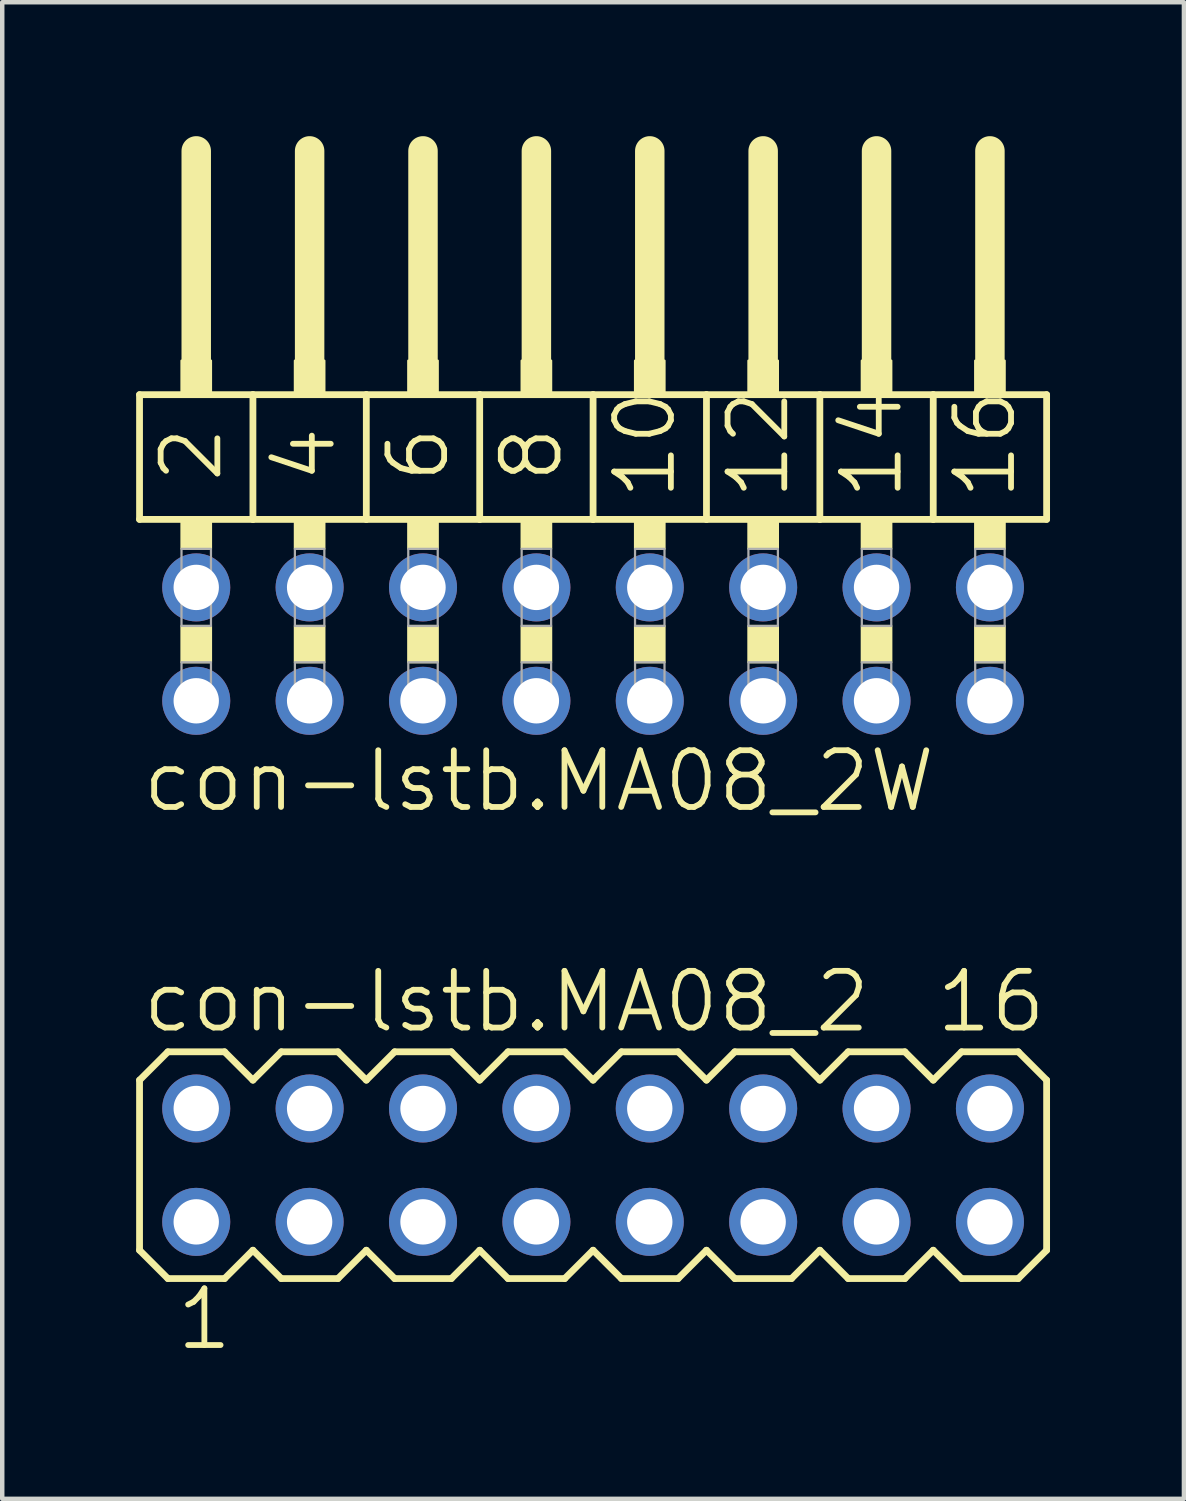
<source format=kicad_pcb>
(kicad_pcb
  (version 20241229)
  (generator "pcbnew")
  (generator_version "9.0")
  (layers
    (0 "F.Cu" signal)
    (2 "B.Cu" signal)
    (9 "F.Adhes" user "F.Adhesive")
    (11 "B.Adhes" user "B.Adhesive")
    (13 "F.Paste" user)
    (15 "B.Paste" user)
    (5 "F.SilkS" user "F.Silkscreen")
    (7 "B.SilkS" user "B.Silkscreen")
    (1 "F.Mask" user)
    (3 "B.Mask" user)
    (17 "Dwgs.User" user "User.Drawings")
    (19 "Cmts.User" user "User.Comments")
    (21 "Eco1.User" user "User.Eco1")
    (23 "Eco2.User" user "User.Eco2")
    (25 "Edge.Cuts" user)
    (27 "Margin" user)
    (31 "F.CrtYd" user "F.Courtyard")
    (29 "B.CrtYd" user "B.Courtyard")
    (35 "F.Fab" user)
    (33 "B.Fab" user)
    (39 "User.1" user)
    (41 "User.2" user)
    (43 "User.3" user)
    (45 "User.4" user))
  (footprint "con-lstb.MA08_2"
    (layer "F.Cu")
    (at 10.236 23.052)
    (property "Reference" "con-lstb.MA08_2" (at -10.16 -2.921 0) (layer "F.SilkS") (effects (font (size 1.27 1.27) (thickness 0.13)) (justify left bottom)))
    (attr through_hole)
    (fp_line (start -10.16 -1.905) (end -10.16 1.905) (stroke (width 0.152) (type default)) (layer "F.SilkS"))
    (fp_line (start -10.16 1.905) (end -9.525 2.54) (stroke (width 0.152) (type default)) (layer "F.SilkS"))
    (fp_line (start -9.525 -2.54) (end -10.16 -1.905) (stroke (width 0.152) (type default)) (layer "F.SilkS"))
    (fp_line (start -9.525 -2.54) (end -8.255 -2.54) (stroke (width 0.152) (type default)) (layer "F.SilkS"))
    (fp_line (start -8.255 -2.54) (end -7.62 -1.905) (stroke (width 0.152) (type default)) (layer "F.SilkS"))
    (fp_line (start -8.255 2.54) (end -9.525 2.54) (stroke (width 0.152) (type default)) (layer "F.SilkS"))
    (fp_line (start -7.62 -1.905) (end -6.985 -2.54) (stroke (width 0.152) (type default)) (layer "F.SilkS"))
    (fp_line (start -7.62 1.905) (end -8.255 2.54) (stroke (width 0.152) (type default)) (layer "F.SilkS"))
    (fp_line (start -6.985 -2.54) (end -5.715 -2.54) (stroke (width 0.152) (type default)) (layer "F.SilkS"))
    (fp_line (start -6.985 2.54) (end -7.62 1.905) (stroke (width 0.152) (type default)) (layer "F.SilkS"))
    (fp_line (start -5.715 -2.54) (end -5.08 -1.905) (stroke (width 0.152) (type default)) (layer "F.SilkS"))
    (fp_line (start -5.715 2.54) (end -6.985 2.54) (stroke (width 0.152) (type default)) (layer "F.SilkS"))
    (fp_line (start -5.08 -1.905) (end -4.445 -2.54) (stroke (width 0.152) (type default)) (layer "F.SilkS"))
    (fp_line (start -5.08 1.905) (end -5.715 2.54) (stroke (width 0.152) (type default)) (layer "F.SilkS"))
    (fp_line (start -4.445 -2.54) (end -3.175 -2.54) (stroke (width 0.152) (type default)) (layer "F.SilkS"))
    (fp_line (start -4.445 2.54) (end -5.08 1.905) (stroke (width 0.152) (type default)) (layer "F.SilkS"))
    (fp_line (start -3.175 -2.54) (end -2.54 -1.905) (stroke (width 0.152) (type default)) (layer "F.SilkS"))
    (fp_line (start -3.175 2.54) (end -4.445 2.54) (stroke (width 0.152) (type default)) (layer "F.SilkS"))
    (fp_line (start -2.54 1.905) (end -3.175 2.54) (stroke (width 0.152) (type default)) (layer "F.SilkS"))
    (fp_line (start -2.54 1.905) (end -1.905 2.54) (stroke (width 0.152) (type default)) (layer "F.SilkS"))
    (fp_line (start -1.905 -2.54) (end -2.54 -1.905) (stroke (width 0.152) (type default)) (layer "F.SilkS"))
    (fp_line (start -1.905 -2.54) (end -0.635 -2.54) (stroke (width 0.152) (type default)) (layer "F.SilkS"))
    (fp_line (start -0.635 -2.54) (end 0 -1.905) (stroke (width 0.152) (type default)) (layer "F.SilkS"))
    (fp_line (start -0.635 2.54) (end -1.905 2.54) (stroke (width 0.152) (type default)) (layer "F.SilkS"))
    (fp_line (start 0 -1.905) (end 0.635 -2.54) (stroke (width 0.152) (type default)) (layer "F.SilkS"))
    (fp_line (start 0 1.905) (end -0.635 2.54) (stroke (width 0.152) (type default)) (layer "F.SilkS"))
    (fp_line (start 0.635 -2.54) (end 1.905 -2.54) (stroke (width 0.152) (type default)) (layer "F.SilkS"))
    (fp_line (start 0.635 2.54) (end 0 1.905) (stroke (width 0.152) (type default)) (layer "F.SilkS"))
    (fp_line (start 1.905 -2.54) (end 2.54 -1.905) (stroke (width 0.152) (type default)) (layer "F.SilkS"))
    (fp_line (start 1.905 2.54) (end 0.635 2.54) (stroke (width 0.152) (type default)) (layer "F.SilkS"))
    (fp_line (start 2.54 -1.905) (end 3.175 -2.54) (stroke (width 0.152) (type default)) (layer "F.SilkS"))
    (fp_line (start 2.54 1.905) (end 1.905 2.54) (stroke (width 0.152) (type default)) (layer "F.SilkS"))
    (fp_line (start 3.175 -2.54) (end 4.445 -2.54) (stroke (width 0.152) (type default)) (layer "F.SilkS"))
    (fp_line (start 3.175 2.54) (end 2.54 1.905) (stroke (width 0.152) (type default)) (layer "F.SilkS"))
    (fp_line (start 4.445 -2.54) (end 5.08 -1.905) (stroke (width 0.152) (type default)) (layer "F.SilkS"))
    (fp_line (start 4.445 2.54) (end 3.175 2.54) (stroke (width 0.152) (type default)) (layer "F.SilkS"))
    (fp_line (start 5.08 1.905) (end 4.445 2.54) (stroke (width 0.152) (type default)) (layer "F.SilkS"))
    (fp_line (start 5.08 1.905) (end 5.715 2.54) (stroke (width 0.152) (type default)) (layer "F.SilkS"))
    (fp_line (start 5.715 -2.54) (end 5.08 -1.905) (stroke (width 0.152) (type default)) (layer "F.SilkS"))
    (fp_line (start 5.715 -2.54) (end 6.985 -2.54) (stroke (width 0.152) (type default)) (layer "F.SilkS"))
    (fp_line (start 6.985 -2.54) (end 7.62 -1.905) (stroke (width 0.152) (type default)) (layer "F.SilkS"))
    (fp_line (start 6.985 2.54) (end 5.715 2.54) (stroke (width 0.152) (type default)) (layer "F.SilkS"))
    (fp_line (start 7.62 -1.905) (end 8.255 -2.54) (stroke (width 0.152) (type default)) (layer "F.SilkS"))
    (fp_line (start 7.62 1.905) (end 6.985 2.54) (stroke (width 0.152) (type default)) (layer "F.SilkS"))
    (fp_line (start 8.255 -2.54) (end 9.525 -2.54) (stroke (width 0.152) (type default)) (layer "F.SilkS"))
    (fp_line (start 8.255 2.54) (end 7.62 1.905) (stroke (width 0.152) (type default)) (layer "F.SilkS"))
    (fp_line (start 9.525 -2.54) (end 10.16 -1.905) (stroke (width 0.152) (type default)) (layer "F.SilkS"))
    (fp_line (start 9.525 2.54) (end 8.255 2.54) (stroke (width 0.152) (type default)) (layer "F.SilkS"))
    (fp_line (start 10.16 -1.905) (end 10.16 1.905) (stroke (width 0.152) (type default)) (layer "F.SilkS"))
    (fp_line (start 10.16 1.905) (end 9.525 2.54) (stroke (width 0.152) (type default)) (layer "F.SilkS"))
    (fp_rect (start -9.144 -1.016) (end -8.636 -1.524) (stroke (width 0.05) (type default)) (fill no) (layer "F.Fab"))
    (fp_rect (start -9.144 1.524) (end -8.636 1.016) (stroke (width 0.05) (type default)) (fill no) (layer "F.Fab"))
    (fp_rect (start -6.604 -1.016) (end -6.096 -1.524) (stroke (width 0.05) (type default)) (fill no) (layer "F.Fab"))
    (fp_rect (start -6.604 1.524) (end -6.096 1.016) (stroke (width 0.05) (type default)) (fill no) (layer "F.Fab"))
    (fp_rect (start -4.064 -1.016) (end -3.556 -1.524) (stroke (width 0.05) (type default)) (fill no) (layer "F.Fab"))
    (fp_rect (start -4.064 1.524) (end -3.556 1.016) (stroke (width 0.05) (type default)) (fill no) (layer "F.Fab"))
    (fp_rect (start -1.524 -1.016) (end -1.016 -1.524) (stroke (width 0.05) (type default)) (fill no) (layer "F.Fab"))
    (fp_rect (start -1.524 1.524) (end -1.016 1.016) (stroke (width 0.05) (type default)) (fill no) (layer "F.Fab"))
    (fp_rect (start 1.016 -1.016) (end 1.524 -1.524) (stroke (width 0.05) (type default)) (fill no) (layer "F.Fab"))
    (fp_rect (start 1.016 1.524) (end 1.524 1.016) (stroke (width 0.05) (type default)) (fill no) (layer "F.Fab"))
    (fp_rect (start 3.556 -1.016) (end 4.064 -1.524) (stroke (width 0.05) (type default)) (fill no) (layer "F.Fab"))
    (fp_rect (start 3.556 1.524) (end 4.064 1.016) (stroke (width 0.05) (type default)) (fill no) (layer "F.Fab"))
    (fp_rect (start 6.096 -1.016) (end 6.604 -1.524) (stroke (width 0.05) (type default)) (fill no) (layer "F.Fab"))
    (fp_rect (start 6.096 1.524) (end 6.604 1.016) (stroke (width 0.05) (type default)) (fill no) (layer "F.Fab"))
    (fp_rect (start 8.636 -1.016) (end 9.144 -1.524) (stroke (width 0.05) (type default)) (fill no) (layer "F.Fab"))
    (fp_rect (start 8.636 1.524) (end 9.144 1.016) (stroke (width 0.05) (type default)) (fill no) (layer "F.Fab"))
    (fp_text user "16" (at 7.62 -2.921 0) (layer "F.SilkS") (effects (font (size 1.27 1.27) (thickness 0.13)) (justify left bottom)))
    (fp_text user "1" (at -9.398 4.191 0) (layer "F.SilkS") (effects (font (size 1.27 1.27) (thickness 0.13)) (justify left bottom)))
    (pad "1" thru_hole circle (at -8.89 1.27) (size 1.524 1.524) (drill 1.016) (layers "*.Cu" "*.Mask"))
    (pad "2" thru_hole circle (at -8.89 -1.27) (size 1.524 1.524) (drill 1.016) (layers "*.Cu" "*.Mask"))
    (pad "3" thru_hole circle (at -6.35 1.27) (size 1.524 1.524) (drill 1.016) (layers "*.Cu" "*.Mask"))
    (pad "4" thru_hole circle (at -6.35 -1.27) (size 1.524 1.524) (drill 1.016) (layers "*.Cu" "*.Mask"))
    (pad "5" thru_hole circle (at -3.81 1.27) (size 1.524 1.524) (drill 1.016) (layers "*.Cu" "*.Mask"))
    (pad "6" thru_hole circle (at -3.81 -1.27) (size 1.524 1.524) (drill 1.016) (layers "*.Cu" "*.Mask"))
    (pad "7" thru_hole circle (at -1.27 1.27) (size 1.524 1.524) (drill 1.016) (layers "*.Cu" "*.Mask"))
    (pad "8" thru_hole circle (at -1.27 -1.27) (size 1.524 1.524) (drill 1.016) (layers "*.Cu" "*.Mask"))
    (pad "9" thru_hole circle (at 1.27 1.27) (size 1.524 1.524) (drill 1.016) (layers "*.Cu" "*.Mask"))
    (pad "10" thru_hole circle (at 1.27 -1.27) (size 1.524 1.524) (drill 1.016) (layers "*.Cu" "*.Mask"))
    (pad "11" thru_hole circle (at 3.81 1.27) (size 1.524 1.524) (drill 1.016) (layers "*.Cu" "*.Mask"))
    (pad "12" thru_hole circle (at 3.81 -1.27) (size 1.524 1.524) (drill 1.016) (layers "*.Cu" "*.Mask"))
    (pad "13" thru_hole circle (at 6.35 1.27) (size 1.524 1.524) (drill 1.016) (layers "*.Cu" "*.Mask"))
    (pad "14" thru_hole circle (at 6.35 -1.27) (size 1.524 1.524) (drill 1.016) (layers "*.Cu" "*.Mask"))
    (pad "15" thru_hole circle (at 8.89 1.27) (size 1.524 1.524) (drill 1.016) (layers "*.Cu" "*.Mask"))
    (pad "16" thru_hole circle (at 8.89 -1.27) (size 1.524 1.524) (drill 1.016) (layers "*.Cu" "*.Mask")))
  (footprint "con-lstb.MA08_2W"
    (layer "F.Cu")
    (at 10.236 11.379)
    (property "Reference" "con-lstb.MA08_2W" (at -10.16 3.81 0) (layer "F.SilkS") (effects (font (size 1.27 1.27) (thickness 0.13)) (justify left bottom)))
    (attr through_hole)
    (fp_line (start -10.16 -5.588) (end -7.62 -5.588) (stroke (width 0.152) (type default)) (layer "F.SilkS"))
    (fp_line (start -10.16 -2.794) (end -10.16 -5.588) (stroke (width 0.152) (type default)) (layer "F.SilkS"))
    (fp_line (start -8.89 -6.35) (end -8.89 -11.049) (stroke (width 0.66) (type default)) (layer "F.SilkS"))
    (fp_line (start -7.62 -5.588) (end -5.08 -5.588) (stroke (width 0.152) (type default)) (layer "F.SilkS"))
    (fp_line (start -7.62 -2.794) (end -10.16 -2.794) (stroke (width 0.152) (type default)) (layer "F.SilkS"))
    (fp_line (start -7.62 -2.794) (end -7.62 -5.588) (stroke (width 0.152) (type default)) (layer "F.SilkS"))
    (fp_line (start -7.62 -2.794) (end -5.08 -2.794) (stroke (width 0.152) (type default)) (layer "F.SilkS"))
    (fp_line (start -6.35 -6.35) (end -6.35 -11.049) (stroke (width 0.66) (type default)) (layer "F.SilkS"))
    (fp_line (start -5.08 -5.588) (end -2.54 -5.588) (stroke (width 0.152) (type default)) (layer "F.SilkS"))
    (fp_line (start -5.08 -2.794) (end -5.08 -5.588) (stroke (width 0.152) (type default)) (layer "F.SilkS"))
    (fp_line (start -3.81 -6.35) (end -3.81 -11.049) (stroke (width 0.66) (type default)) (layer "F.SilkS"))
    (fp_line (start -2.54 -5.588) (end 0 -5.588) (stroke (width 0.152) (type default)) (layer "F.SilkS"))
    (fp_line (start -2.54 -2.794) (end -5.08 -2.794) (stroke (width 0.152) (type default)) (layer "F.SilkS"))
    (fp_line (start -2.54 -2.794) (end -2.54 -5.588) (stroke (width 0.152) (type default)) (layer "F.SilkS"))
    (fp_line (start -1.27 -6.35) (end -1.27 -11.049) (stroke (width 0.66) (type default)) (layer "F.SilkS"))
    (fp_line (start 0 -5.588) (end 2.54 -5.588) (stroke (width 0.152) (type default)) (layer "F.SilkS"))
    (fp_line (start 0 -2.794) (end -2.54 -2.794) (stroke (width 0.152) (type default)) (layer "F.SilkS"))
    (fp_line (start 0 -2.794) (end 0 -5.588) (stroke (width 0.152) (type default)) (layer "F.SilkS"))
    (fp_line (start 1.27 -6.35) (end 1.27 -11.049) (stroke (width 0.66) (type default)) (layer "F.SilkS"))
    (fp_line (start 2.54 -5.588) (end 5.08 -5.588) (stroke (width 0.152) (type default)) (layer "F.SilkS"))
    (fp_line (start 2.54 -2.794) (end 0 -2.794) (stroke (width 0.152) (type default)) (layer "F.SilkS"))
    (fp_line (start 2.54 -2.794) (end 2.54 -5.588) (stroke (width 0.152) (type default)) (layer "F.SilkS"))
    (fp_line (start 3.81 -6.35) (end 3.81 -11.049) (stroke (width 0.66) (type default)) (layer "F.SilkS"))
    (fp_line (start 5.08 -5.588) (end 7.62 -5.588) (stroke (width 0.152) (type default)) (layer "F.SilkS"))
    (fp_line (start 5.08 -2.794) (end 2.54 -2.794) (stroke (width 0.152) (type default)) (layer "F.SilkS"))
    (fp_line (start 5.08 -2.794) (end 5.08 -5.588) (stroke (width 0.152) (type default)) (layer "F.SilkS"))
    (fp_line (start 5.08 -2.794) (end 7.62 -2.794) (stroke (width 0.152) (type default)) (layer "F.SilkS"))
    (fp_line (start 6.35 -6.35) (end 6.35 -11.049) (stroke (width 0.66) (type default)) (layer "F.SilkS"))
    (fp_line (start 7.62 -5.588) (end 10.16 -5.588) (stroke (width 0.152) (type default)) (layer "F.SilkS"))
    (fp_line (start 7.62 -2.794) (end 7.62 -5.588) (stroke (width 0.152) (type default)) (layer "F.SilkS"))
    (fp_line (start 8.89 -6.35) (end 8.89 -11.049) (stroke (width 0.66) (type default)) (layer "F.SilkS"))
    (fp_line (start 10.16 -2.794) (end 7.62 -2.794) (stroke (width 0.152) (type default)) (layer "F.SilkS"))
    (fp_line (start 10.16 -2.794) (end 10.16 -5.588) (stroke (width 0.152) (type default)) (layer "F.SilkS"))
    (fp_rect (start -9.22 -5.588) (end -8.56 -6.35) (stroke (width 0.05) (type default)) (fill yes) (layer "F.SilkS"))
    (fp_rect (start -9.22 -2.134) (end -8.56 -2.794) (stroke (width 0.05) (type default)) (fill yes) (layer "F.SilkS"))
    (fp_rect (start -9.22 0.406) (end -8.56 -0.406) (stroke (width 0.05) (type default)) (fill yes) (layer "F.SilkS"))
    (fp_rect (start -6.68 -5.588) (end -6.02 -6.35) (stroke (width 0.05) (type default)) (fill yes) (layer "F.SilkS"))
    (fp_rect (start -6.68 -2.134) (end -6.02 -2.794) (stroke (width 0.05) (type default)) (fill yes) (layer "F.SilkS"))
    (fp_rect (start -6.68 0.406) (end -6.02 -0.406) (stroke (width 0.05) (type default)) (fill yes) (layer "F.SilkS"))
    (fp_rect (start -4.14 -5.588) (end -3.48 -6.35) (stroke (width 0.05) (type default)) (fill yes) (layer "F.SilkS"))
    (fp_rect (start -4.14 -2.134) (end -3.48 -2.794) (stroke (width 0.05) (type default)) (fill yes) (layer "F.SilkS"))
    (fp_rect (start -4.14 0.406) (end -3.48 -0.406) (stroke (width 0.05) (type default)) (fill yes) (layer "F.SilkS"))
    (fp_rect (start -1.6 -5.588) (end -0.94 -6.35) (stroke (width 0.05) (type default)) (fill yes) (layer "F.SilkS"))
    (fp_rect (start -1.6 -2.134) (end -0.94 -2.794) (stroke (width 0.05) (type default)) (fill yes) (layer "F.SilkS"))
    (fp_rect (start -1.6 0.406) (end -0.94 -0.406) (stroke (width 0.05) (type default)) (fill yes) (layer "F.SilkS"))
    (fp_rect (start 0.94 -5.588) (end 1.6 -6.35) (stroke (width 0.05) (type default)) (fill yes) (layer "F.SilkS"))
    (fp_rect (start 0.94 -2.134) (end 1.6 -2.794) (stroke (width 0.05) (type default)) (fill yes) (layer "F.SilkS"))
    (fp_rect (start 0.94 0.406) (end 1.6 -0.406) (stroke (width 0.05) (type default)) (fill yes) (layer "F.SilkS"))
    (fp_rect (start 3.48 -5.588) (end 4.14 -6.35) (stroke (width 0.05) (type default)) (fill yes) (layer "F.SilkS"))
    (fp_rect (start 3.48 -2.134) (end 4.14 -2.794) (stroke (width 0.05) (type default)) (fill yes) (layer "F.SilkS"))
    (fp_rect (start 3.48 0.406) (end 4.14 -0.406) (stroke (width 0.05) (type default)) (fill yes) (layer "F.SilkS"))
    (fp_rect (start 6.02 -5.588) (end 6.68 -6.35) (stroke (width 0.05) (type default)) (fill yes) (layer "F.SilkS"))
    (fp_rect (start 6.02 -2.134) (end 6.68 -2.794) (stroke (width 0.05) (type default)) (fill yes) (layer "F.SilkS"))
    (fp_rect (start 6.02 0.406) (end 6.68 -0.406) (stroke (width 0.05) (type default)) (fill yes) (layer "F.SilkS"))
    (fp_rect (start 8.56 -5.588) (end 9.22 -6.35) (stroke (width 0.05) (type default)) (fill yes) (layer "F.SilkS"))
    (fp_rect (start 8.56 -2.134) (end 9.22 -2.794) (stroke (width 0.05) (type default)) (fill yes) (layer "F.SilkS"))
    (fp_rect (start 8.56 0.406) (end 9.22 -0.406) (stroke (width 0.05) (type default)) (fill yes) (layer "F.SilkS"))
    (fp_rect (start -9.22 -0.406) (end -8.56 -2.134) (stroke (width 0.05) (type default)) (fill no) (layer "F.Fab"))
    (fp_rect (start -9.22 1.575) (end -8.56 0.406) (stroke (width 0.05) (type default)) (fill no) (layer "F.Fab"))
    (fp_rect (start -6.68 -0.406) (end -6.02 -2.134) (stroke (width 0.05) (type default)) (fill no) (layer "F.Fab"))
    (fp_rect (start -6.68 1.575) (end -6.02 0.406) (stroke (width 0.05) (type default)) (fill no) (layer "F.Fab"))
    (fp_rect (start -4.14 -0.406) (end -3.48 -2.134) (stroke (width 0.05) (type default)) (fill no) (layer "F.Fab"))
    (fp_rect (start -4.14 1.575) (end -3.48 0.406) (stroke (width 0.05) (type default)) (fill no) (layer "F.Fab"))
    (fp_rect (start -1.6 -0.406) (end -0.94 -2.134) (stroke (width 0.05) (type default)) (fill no) (layer "F.Fab"))
    (fp_rect (start -1.6 1.575) (end -0.94 0.406) (stroke (width 0.05) (type default)) (fill no) (layer "F.Fab"))
    (fp_rect (start 0.94 -0.406) (end 1.6 -2.134) (stroke (width 0.05) (type default)) (fill no) (layer "F.Fab"))
    (fp_rect (start 0.94 1.575) (end 1.6 0.406) (stroke (width 0.05) (type default)) (fill no) (layer "F.Fab"))
    (fp_rect (start 3.48 -0.406) (end 4.14 -2.134) (stroke (width 0.05) (type default)) (fill no) (layer "F.Fab"))
    (fp_rect (start 3.48 1.575) (end 4.14 0.406) (stroke (width 0.05) (type default)) (fill no) (layer "F.Fab"))
    (fp_rect (start 6.02 -0.406) (end 6.68 -2.134) (stroke (width 0.05) (type default)) (fill no) (layer "F.Fab"))
    (fp_rect (start 6.02 1.575) (end 6.68 0.406) (stroke (width 0.05) (type default)) (fill no) (layer "F.Fab"))
    (fp_rect (start 8.56 -0.406) (end 9.22 -2.134) (stroke (width 0.05) (type default)) (fill no) (layer "F.Fab"))
    (fp_rect (start 8.56 1.575) (end 9.22 0.406) (stroke (width 0.05) (type default)) (fill no) (layer "F.Fab"))
    (fp_text user "8" (at -0.635 -3.556 90) (layer "F.SilkS") (effects (font (size 1.27 1.27) (thickness 0.13)) (justify left bottom)))
    (fp_text user "10" (at 1.905 -3.175 90) (layer "F.SilkS") (effects (font (size 1.27 1.27) (thickness 0.13)) (justify left bottom)))
    (fp_text user "12" (at 4.445 -3.175 90) (layer "F.SilkS") (effects (font (size 1.27 1.27) (thickness 0.13)) (justify left bottom)))
    (fp_text user "6" (at -3.175 -3.556 90) (layer "F.SilkS") (effects (font (size 1.27 1.27) (thickness 0.13)) (justify left bottom)))
    (fp_text user "14" (at 6.985 -3.175 90) (layer "F.SilkS") (effects (font (size 1.27 1.27) (thickness 0.13)) (justify left bottom)))
    (fp_text user "4" (at -5.715 -3.556 90) (layer "F.SilkS") (effects (font (size 1.27 1.27) (thickness 0.13)) (justify left bottom)))
    (fp_text user "16" (at 9.525 -3.175 90) (layer "F.SilkS") (effects (font (size 1.27 1.27) (thickness 0.13)) (justify left bottom)))
    (fp_text user "2" (at -8.255 -3.556 90) (layer "F.SilkS") (effects (font (size 1.27 1.27) (thickness 0.13)) (justify left bottom)))
    (pad "1" thru_hole circle (at -8.89 1.27) (size 1.524 1.524) (drill 1.016) (layers "*.Cu" "*.Mask"))
    (pad "2" thru_hole circle (at -8.89 -1.27) (size 1.524 1.524) (drill 1.016) (layers "*.Cu" "*.Mask"))
    (pad "3" thru_hole circle (at -6.35 1.27) (size 1.524 1.524) (drill 1.016) (layers "*.Cu" "*.Mask"))
    (pad "4" thru_hole circle (at -6.35 -1.27) (size 1.524 1.524) (drill 1.016) (layers "*.Cu" "*.Mask"))
    (pad "5" thru_hole circle (at -3.81 1.27) (size 1.524 1.524) (drill 1.016) (layers "*.Cu" "*.Mask"))
    (pad "6" thru_hole circle (at -3.81 -1.27) (size 1.524 1.524) (drill 1.016) (layers "*.Cu" "*.Mask"))
    (pad "7" thru_hole circle (at -1.27 1.27) (size 1.524 1.524) (drill 1.016) (layers "*.Cu" "*.Mask"))
    (pad "8" thru_hole circle (at -1.27 -1.27) (size 1.524 1.524) (drill 1.016) (layers "*.Cu" "*.Mask"))
    (pad "9" thru_hole circle (at 1.27 1.27) (size 1.524 1.524) (drill 1.016) (layers "*.Cu" "*.Mask"))
    (pad "10" thru_hole circle (at 1.27 -1.27) (size 1.524 1.524) (drill 1.016) (layers "*.Cu" "*.Mask"))
    (pad "11" thru_hole circle (at 3.81 1.27) (size 1.524 1.524) (drill 1.016) (layers "*.Cu" "*.Mask"))
    (pad "12" thru_hole circle (at 3.81 -1.27) (size 1.524 1.524) (drill 1.016) (layers "*.Cu" "*.Mask"))
    (pad "13" thru_hole circle (at 6.35 1.27) (size 1.524 1.524) (drill 1.016) (layers "*.Cu" "*.Mask"))
    (pad "14" thru_hole circle (at 6.35 -1.27) (size 1.524 1.524) (drill 1.016) (layers "*.Cu" "*.Mask"))
    (pad "15" thru_hole circle (at 8.89 1.27) (size 1.524 1.524) (drill 1.016) (layers "*.Cu" "*.Mask"))
    (pad "16" thru_hole circle (at 8.89 -1.27) (size 1.524 1.524) (drill 1.016) (layers "*.Cu" "*.Mask")))
  (gr_rect
    (start -3 -3)
    (end 23.472 30.526)
    (stroke (width 0.1) (type default))
    (fill no)
    (layer "Edge.Cuts")))
</source>
